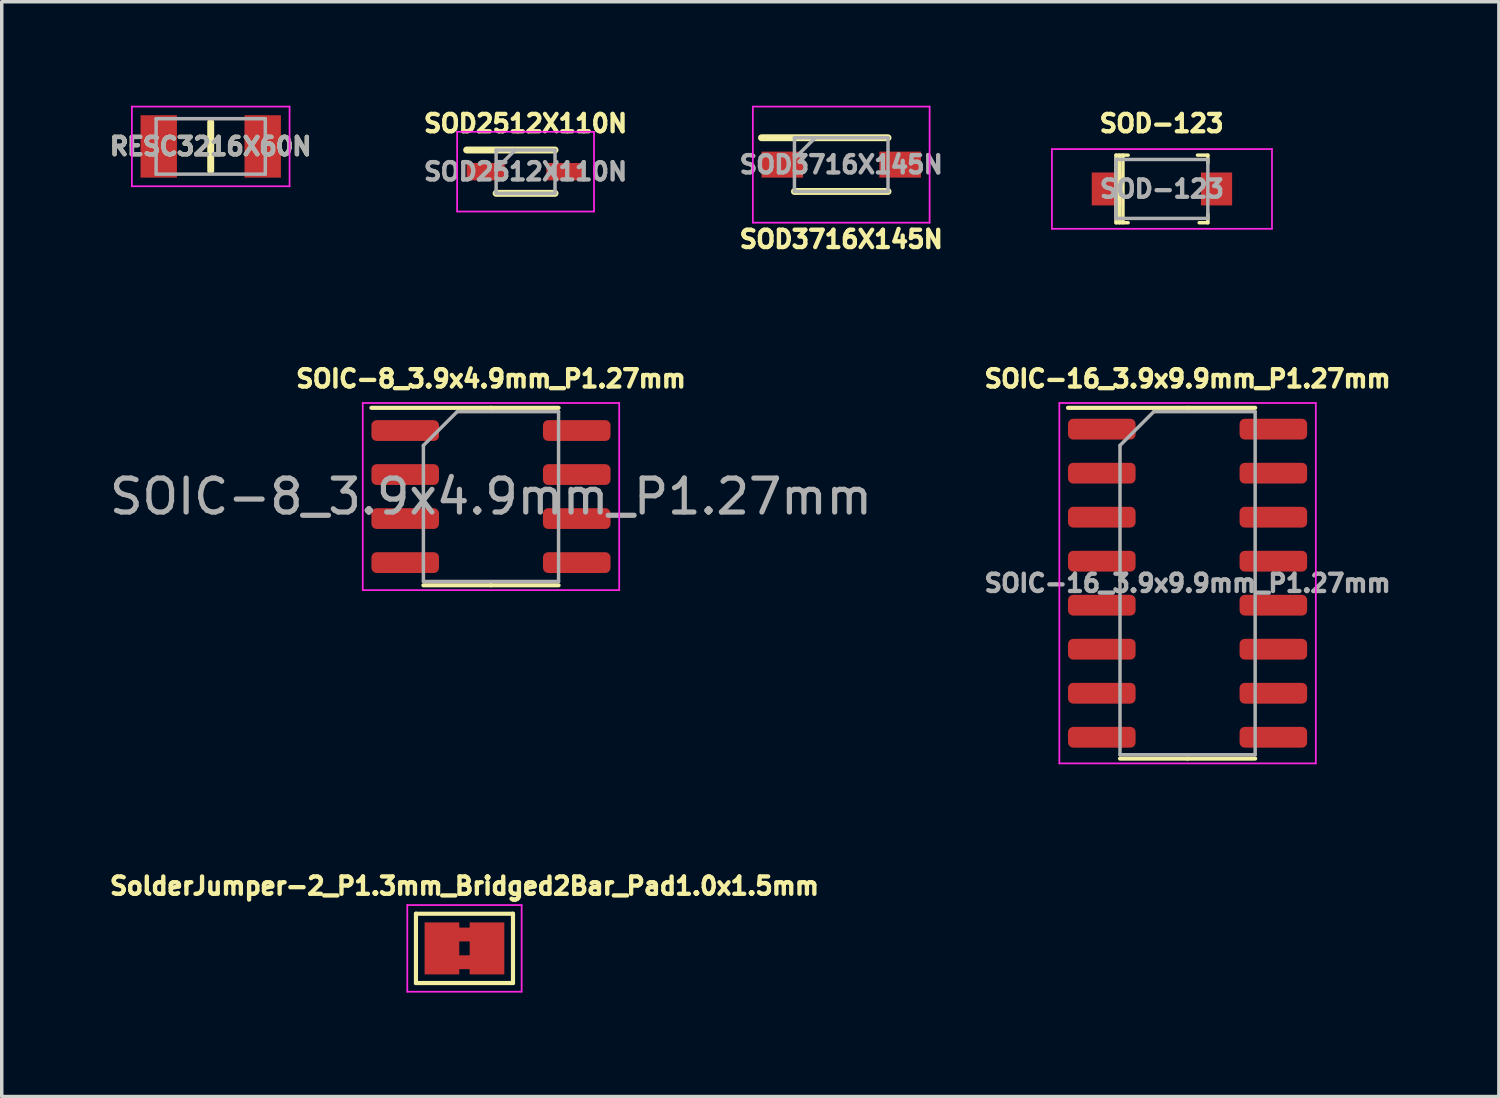
<source format=kicad_pcb>
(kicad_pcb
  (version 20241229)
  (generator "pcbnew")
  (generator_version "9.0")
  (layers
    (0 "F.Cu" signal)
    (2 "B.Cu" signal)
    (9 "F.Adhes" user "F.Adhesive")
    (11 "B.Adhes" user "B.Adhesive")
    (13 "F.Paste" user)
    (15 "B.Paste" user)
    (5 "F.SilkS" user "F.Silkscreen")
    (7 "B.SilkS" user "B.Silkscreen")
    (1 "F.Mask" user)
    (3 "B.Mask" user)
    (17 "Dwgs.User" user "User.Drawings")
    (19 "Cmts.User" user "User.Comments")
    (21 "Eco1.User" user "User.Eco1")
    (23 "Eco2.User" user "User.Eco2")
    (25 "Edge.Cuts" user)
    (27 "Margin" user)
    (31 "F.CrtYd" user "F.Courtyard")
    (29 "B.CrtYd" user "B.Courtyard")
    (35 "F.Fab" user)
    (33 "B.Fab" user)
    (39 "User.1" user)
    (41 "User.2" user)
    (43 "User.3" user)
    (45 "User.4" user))
  (footprint "SOD2512X110N"
    (layer "F.Cu")
    (at 12.115 1.903)
    (property "Reference" "SOD2512X110N" (at 0 -1.391 0) (layer "F.SilkS") (effects (font (size 0.5 0.5) (thickness 0.25))))
    (attr smd)
    (fp_line (start -1.7 -0.625) (end 0.85 -0.625) (stroke (width 0.2) (type solid)) (layer "F.SilkS"))
    (fp_line (start -0.85 0.625) (end 0.85 0.625) (stroke (width 0.2) (type solid)) (layer "F.SilkS"))
    (fp_line (start -1.975 -1.15) (end 1.975 -1.15) (stroke (width 0.05) (type solid)) (layer "F.CrtYd"))
    (fp_line (start -1.975 1.15) (end -1.975 -1.15) (stroke (width 0.05) (type solid)) (layer "F.CrtYd"))
    (fp_line (start 1.975 -1.15) (end 1.975 1.15) (stroke (width 0.05) (type solid)) (layer "F.CrtYd"))
    (fp_line (start 1.975 1.15) (end -1.975 1.15) (stroke (width 0.05) (type solid)) (layer "F.CrtYd"))
    (fp_line (start -0.85 -0.625) (end 0.85 -0.625) (stroke (width 0.1) (type solid)) (layer "F.Fab"))
    (fp_line (start -0.85 -0.075) (end -0.3 -0.625) (stroke (width 0.1) (type solid)) (layer "F.Fab"))
    (fp_line (start -0.85 0.625) (end -0.85 -0.625) (stroke (width 0.1) (type solid)) (layer "F.Fab"))
    (fp_line (start 0.85 -0.625) (end 0.85 0.625) (stroke (width 0.1) (type solid)) (layer "F.Fab"))
    (fp_line (start 0.85 0.625) (end -0.85 0.625) (stroke (width 0.1) (type solid)) (layer "F.Fab"))
    (fp_text user "${REFERENCE}" (at 0 0 0) (layer "F.Fab") (effects (font (size 0.5 0.5) (thickness 0.25))))
    (pad "1" smd rect (at -1.15 0 270) (size 0.5 1.1) (layers "F.Cu" "F.Mask" "F.Paste"))
    (pad "2" smd rect (at 1.15 0 270) (size 0.5 1.1) (layers "F.Cu" "F.Mask" "F.Paste")))
  (footprint "SolderJumper-2_P1.3mm_Bridged2Bar_Pad1.0x1.5mm"
    (layer "F.Cu")
    (at 10.352 24.315)
    (property "Reference" "SolderJumper-2_P1.3mm_Bridged2Bar_Pad1.0x1.5mm" (at 0 -1.8 0) (layer "F.SilkS") (effects (font (size 0.5 0.5) (thickness 0.25))))
    (attr exclude_from_pos_files)
    (fp_poly (pts (xy -0.25 -0.6) (xy 0.25 -0.6) (xy 0.25 -0.2) (xy -0.25 -0.2)) (stroke (width 0) (type solid)) (fill yes) (layer "F.Cu"))
    (fp_poly (pts (xy -0.25 0.2) (xy 0.25 0.2) (xy 0.25 0.6) (xy -0.25 0.6)) (stroke (width 0) (type solid)) (fill yes) (layer "F.Cu"))
    (fp_line (start -1.4 -1) (end 1.4 -1) (stroke (width 0.12) (type solid)) (layer "F.SilkS"))
    (fp_line (start -1.4 1) (end -1.4 -1) (stroke (width 0.12) (type solid)) (layer "F.SilkS"))
    (fp_line (start 1.4 -1) (end 1.4 1) (stroke (width 0.12) (type solid)) (layer "F.SilkS"))
    (fp_line (start 1.4 1) (end -1.4 1) (stroke (width 0.12) (type solid)) (layer "F.SilkS"))
    (fp_line (start -1.65 -1.25) (end -1.65 1.25) (stroke (width 0.05) (type solid)) (layer "F.CrtYd"))
    (fp_line (start -1.65 -1.25) (end 1.65 -1.25) (stroke (width 0.05) (type solid)) (layer "F.CrtYd"))
    (fp_line (start 1.65 1.25) (end -1.65 1.25) (stroke (width 0.05) (type solid)) (layer "F.CrtYd"))
    (fp_line (start 1.65 1.25) (end 1.65 -1.25) (stroke (width 0.05) (type solid)) (layer "F.CrtYd"))
    (pad "1" smd rect (at -0.65 0 180) (size 1 1.5) (layers "F.Cu" "F.Mask"))
    (pad "2" smd rect (at 0.65 0 180) (size 1 1.5) (layers "F.Cu" "F.Mask")))
  (footprint "SOD3716X145N"
    (layer "F.Cu")
    (at 21.223 1.7)
    (property "Reference" "SOD3716X145N" (at 0 2.154 180) (layer "F.SilkS") (effects (font (size 0.5 0.5) (thickness 0.25))))
    (attr smd)
    (fp_line (start -2.3 -0.775) (end 1.35 -0.775) (stroke (width 0.2) (type solid)) (layer "F.SilkS"))
    (fp_line (start -1.35 0.775) (end 1.35 0.775) (stroke (width 0.2) (type solid)) (layer "F.SilkS"))
    (fp_line (start -2.55 -1.675) (end 2.55 -1.675) (stroke (width 0.05) (type solid)) (layer "F.CrtYd"))
    (fp_line (start -2.55 1.675) (end -2.55 -1.675) (stroke (width 0.05) (type solid)) (layer "F.CrtYd"))
    (fp_line (start 2.55 -1.675) (end 2.55 1.675) (stroke (width 0.05) (type solid)) (layer "F.CrtYd"))
    (fp_line (start 2.55 1.675) (end -2.55 1.675) (stroke (width 0.05) (type solid)) (layer "F.CrtYd"))
    (fp_line (start -1.35 -0.775) (end 1.35 -0.775) (stroke (width 0.1) (type solid)) (layer "F.Fab"))
    (fp_line (start -1.35 -0.175) (end -0.75 -0.775) (stroke (width 0.1) (type solid)) (layer "F.Fab"))
    (fp_line (start -1.35 0.775) (end -1.35 -0.775) (stroke (width 0.1) (type solid)) (layer "F.Fab"))
    (fp_line (start 1.35 -0.775) (end 1.35 0.775) (stroke (width 0.1) (type solid)) (layer "F.Fab"))
    (fp_line (start 1.35 0.775) (end -1.35 0.775) (stroke (width 0.1) (type solid)) (layer "F.Fab"))
    (fp_text user "${REFERENCE}" (at 0 0 180) (layer "F.Fab") (effects (font (size 0.5 0.5) (thickness 0.25))))
    (pad "1" smd rect (at -1.7 0 90) (size 0.75 1.2) (layers "F.Cu" "F.Mask" "F.Paste"))
    (pad "2" smd rect (at 1.7 0 90) (size 0.75 1.2) (layers "F.Cu" "F.Mask" "F.Paste")))
  (footprint "SOIC-8_3.9x4.9mm_P1.27mm"
    (layer "F.Cu")
    (at 11.117 11.278)
    (property "Reference" "SOIC-8_3.9x4.9mm_P1.27mm" (at 0 -3.4 180) (layer "F.SilkS") (effects (font (size 0.5 0.5) (thickness 0.25))))
    (attr smd)
    (fp_line (start 0 -2.56) (end -3.45 -2.56) (stroke (width 0.12) (type solid)) (layer "F.SilkS"))
    (fp_line (start 0 -2.56) (end 1.95 -2.56) (stroke (width 0.12) (type solid)) (layer "F.SilkS"))
    (fp_line (start 0 2.56) (end -1.95 2.56) (stroke (width 0.12) (type solid)) (layer "F.SilkS"))
    (fp_line (start 0 2.56) (end 1.95 2.56) (stroke (width 0.12) (type solid)) (layer "F.SilkS"))
    (fp_line (start -3.7 -2.7) (end -3.7 2.7) (stroke (width 0.05) (type solid)) (layer "F.CrtYd"))
    (fp_line (start -3.7 2.7) (end 3.7 2.7) (stroke (width 0.05) (type solid)) (layer "F.CrtYd"))
    (fp_line (start 3.7 -2.7) (end -3.7 -2.7) (stroke (width 0.05) (type solid)) (layer "F.CrtYd"))
    (fp_line (start 3.7 2.7) (end 3.7 -2.7) (stroke (width 0.05) (type solid)) (layer "F.CrtYd"))
    (fp_line (start -1.95 -1.475) (end -0.975 -2.45) (stroke (width 0.1) (type solid)) (layer "F.Fab"))
    (fp_line (start -1.95 2.45) (end -1.95 -1.475) (stroke (width 0.1) (type solid)) (layer "F.Fab"))
    (fp_line (start -0.975 -2.45) (end 1.95 -2.45) (stroke (width 0.1) (type solid)) (layer "F.Fab"))
    (fp_line (start 1.95 -2.45) (end 1.95 2.45) (stroke (width 0.1) (type solid)) (layer "F.Fab"))
    (fp_line (start 1.95 2.45) (end -1.95 2.45) (stroke (width 0.1) (type solid)) (layer "F.Fab"))
    (fp_text user "${REFERENCE}" (at 0 0 180) (layer "F.Fab") (effects (font (size 0.98 0.98) (thickness 0.15))))
    (pad "1" smd roundrect (at -2.475 -1.905) (size 1.95 0.6) (layers "F.Cu" "F.Mask" "F.Paste") (roundrect_rratio 0.25))
    (pad "2" smd roundrect (at -2.475 -0.635) (size 1.95 0.6) (layers "F.Cu" "F.Mask" "F.Paste") (roundrect_rratio 0.25))
    (pad "3" smd roundrect (at -2.475 0.635) (size 1.95 0.6) (layers "F.Cu" "F.Mask" "F.Paste") (roundrect_rratio 0.25))
    (pad "4" smd roundrect (at -2.475 1.905) (size 1.95 0.6) (layers "F.Cu" "F.Mask" "F.Paste") (roundrect_rratio 0.25))
    (pad "5" smd roundrect (at 2.475 1.905) (size 1.95 0.6) (layers "F.Cu" "F.Mask" "F.Paste") (roundrect_rratio 0.25))
    (pad "6" smd roundrect (at 2.475 0.635) (size 1.95 0.6) (layers "F.Cu" "F.Mask" "F.Paste") (roundrect_rratio 0.25))
    (pad "7" smd roundrect (at 2.475 -0.635) (size 1.95 0.6) (layers "F.Cu" "F.Mask" "F.Paste") (roundrect_rratio 0.25))
    (pad "8" smd roundrect (at 2.475 -1.905) (size 1.95 0.6) (layers "F.Cu" "F.Mask" "F.Paste") (roundrect_rratio 0.25)))
  (footprint "SOIC-16_3.9x9.9mm_P1.27mm"
    (layer "F.Cu")
    (at 31.217 13.778)
    (property "Reference" "SOIC-16_3.9x9.9mm_P1.27mm" (at 0 -5.9 0) (layer "F.SilkS") (effects (font (size 0.5 0.5) (thickness 0.25))))
    (attr smd)
    (fp_line (start 0 -5.06) (end -3.45 -5.06) (stroke (width 0.12) (type solid)) (layer "F.SilkS"))
    (fp_line (start 0 -5.06) (end 1.95 -5.06) (stroke (width 0.12) (type solid)) (layer "F.SilkS"))
    (fp_line (start 0 5.06) (end -1.95 5.06) (stroke (width 0.12) (type solid)) (layer "F.SilkS"))
    (fp_line (start 0 5.06) (end 1.95 5.06) (stroke (width 0.12) (type solid)) (layer "F.SilkS"))
    (fp_line (start -3.7 -5.2) (end -3.7 5.2) (stroke (width 0.05) (type solid)) (layer "F.CrtYd"))
    (fp_line (start -3.7 5.2) (end 3.7 5.2) (stroke (width 0.05) (type solid)) (layer "F.CrtYd"))
    (fp_line (start 3.7 -5.2) (end -3.7 -5.2) (stroke (width 0.05) (type solid)) (layer "F.CrtYd"))
    (fp_line (start 3.7 5.2) (end 3.7 -5.2) (stroke (width 0.05) (type solid)) (layer "F.CrtYd"))
    (fp_line (start -1.95 -3.975) (end -0.975 -4.95) (stroke (width 0.1) (type solid)) (layer "F.Fab"))
    (fp_line (start -1.95 4.95) (end -1.95 -3.975) (stroke (width 0.1) (type solid)) (layer "F.Fab"))
    (fp_line (start -0.975 -4.95) (end 1.95 -4.95) (stroke (width 0.1) (type solid)) (layer "F.Fab"))
    (fp_line (start 1.95 -4.95) (end 1.95 4.95) (stroke (width 0.1) (type solid)) (layer "F.Fab"))
    (fp_line (start 1.95 4.95) (end -1.95 4.95) (stroke (width 0.1) (type solid)) (layer "F.Fab"))
    (fp_text user "${REFERENCE}" (at 0 0 0) (layer "F.Fab") (effects (font (size 0.5 0.5) (thickness 0.25))))
    (pad "1" smd roundrect (at -2.475 -4.445 180) (size 1.95 0.6) (layers "F.Cu" "F.Mask" "F.Paste") (roundrect_rratio 0.25))
    (pad "2" smd roundrect (at -2.475 -3.175 180) (size 1.95 0.6) (layers "F.Cu" "F.Mask" "F.Paste") (roundrect_rratio 0.25))
    (pad "3" smd roundrect (at -2.475 -1.905 180) (size 1.95 0.6) (layers "F.Cu" "F.Mask" "F.Paste") (roundrect_rratio 0.25))
    (pad "4" smd roundrect (at -2.475 -0.635 180) (size 1.95 0.6) (layers "F.Cu" "F.Mask" "F.Paste") (roundrect_rratio 0.25))
    (pad "5" smd roundrect (at -2.475 0.635 180) (size 1.95 0.6) (layers "F.Cu" "F.Mask" "F.Paste") (roundrect_rratio 0.25))
    (pad "6" smd roundrect (at -2.475 1.905 180) (size 1.95 0.6) (layers "F.Cu" "F.Mask" "F.Paste") (roundrect_rratio 0.25))
    (pad "7" smd roundrect (at -2.475 3.175 180) (size 1.95 0.6) (layers "F.Cu" "F.Mask" "F.Paste") (roundrect_rratio 0.25))
    (pad "8" smd roundrect (at -2.475 4.445 180) (size 1.95 0.6) (layers "F.Cu" "F.Mask" "F.Paste") (roundrect_rratio 0.25))
    (pad "9" smd roundrect (at 2.475 4.445 180) (size 1.95 0.6) (layers "F.Cu" "F.Mask" "F.Paste") (roundrect_rratio 0.25))
    (pad "10" smd roundrect (at 2.475 3.175 180) (size 1.95 0.6) (layers "F.Cu" "F.Mask" "F.Paste") (roundrect_rratio 0.25))
    (pad "11" smd roundrect (at 2.475 1.905 180) (size 1.95 0.6) (layers "F.Cu" "F.Mask" "F.Paste") (roundrect_rratio 0.25))
    (pad "12" smd roundrect (at 2.475 0.635 180) (size 1.95 0.6) (layers "F.Cu" "F.Mask" "F.Paste") (roundrect_rratio 0.25))
    (pad "13" smd roundrect (at 2.475 -0.635 180) (size 1.95 0.6) (layers "F.Cu" "F.Mask" "F.Paste") (roundrect_rratio 0.25))
    (pad "14" smd roundrect (at 2.475 -1.905 180) (size 1.95 0.6) (layers "F.Cu" "F.Mask" "F.Paste") (roundrect_rratio 0.25))
    (pad "15" smd roundrect (at 2.475 -3.175 180) (size 1.95 0.6) (layers "F.Cu" "F.Mask" "F.Paste") (roundrect_rratio 0.25))
    (pad "16" smd roundrect (at 2.475 -4.445 180) (size 1.95 0.6) (layers "F.Cu" "F.Mask" "F.Paste") (roundrect_rratio 0.25)))
  (footprint "SOD-123"
    (layer "F.Cu")
    (at 30.477 2.402)
    (property "Reference" "SOD-123" (at -0.01 -1.89 0) (layer "F.SilkS") (effects (font (size 0.5 0.5) (thickness 0.25))))
    (attr smd)
    (fp_line (start -1.325 -0.975) (end -1.325 0.975) (stroke (width 0.1) (type solid)) (layer "F.SilkS"))
    (fp_line (start -1.225 -0.975) (end -1.225 0.975) (stroke (width 0.1) (type solid)) (layer "F.SilkS"))
    (fp_line (start -1.125 -0.975) (end -1.125 0.975) (stroke (width 0.1) (type solid)) (layer "F.SilkS"))
    (fp_line (start -0.975 -0.975) (end -1.325 -0.975) (stroke (width 0.1) (type solid)) (layer "F.SilkS"))
    (fp_line (start -0.975 0.975) (end -1.325 0.975) (stroke (width 0.1) (type solid)) (layer "F.SilkS"))
    (fp_line (start 1.025 -0.975) (end 1.325 -0.975) (stroke (width 0.1) (type solid)) (layer "F.SilkS"))
    (fp_line (start 1.325 -0.975) (end 1.325 -0.75) (stroke (width 0.1) (type solid)) (layer "F.SilkS"))
    (fp_line (start 1.325 0.725) (end 1.325 0.975) (stroke (width 0.1) (type solid)) (layer "F.SilkS"))
    (fp_line (start 1.325 0.975) (end 1.075 0.975) (stroke (width 0.1) (type solid)) (layer "F.SilkS"))
    (fp_line (start -3.175 1.15) (end -3.175 -1.15) (stroke (width 0.05) (type solid)) (layer "F.CrtYd"))
    (fp_line (start 3.175 -1.15) (end -3.175 -1.15) (stroke (width 0.05) (type solid)) (layer "F.CrtYd"))
    (fp_line (start 3.175 -1.15) (end 3.175 1.15) (stroke (width 0.05) (type solid)) (layer "F.CrtYd"))
    (fp_line (start 3.175 1.15) (end -3.175 1.15) (stroke (width 0.05) (type solid)) (layer "F.CrtYd"))
    (fp_line (start -1.325 -0.85) (end -1.325 0.85) (stroke (width 0.1) (type solid)) (layer "F.Fab"))
    (fp_line (start -1.325 -0.85) (end 1.325 -0.85) (stroke (width 0.1) (type solid)) (layer "F.Fab"))
    (fp_line (start -1.325 0.85) (end 1.325 0.85) (stroke (width 0.1) (type solid)) (layer "F.Fab"))
    (fp_line (start 1.325 -0.85) (end 1.325 0.85) (stroke (width 0.1) (type solid)) (layer "F.Fab"))
    (fp_text user "${REFERENCE}" (at 0 0 0) (layer "F.Fab") (effects (font (size 0.5 0.5) (thickness 0.25))))
    (pad "A" smd rect (at 1.575 0 180) (size 0.9 0.95) (layers "F.Cu" "F.Mask" "F.Paste"))
    (pad "K" smd rect (at -1.575 0 180) (size 0.9 0.95) (layers "F.Cu" "F.Mask" "F.Paste")))
  (footprint "RESC3216X60N"
    (layer "F.Cu")
    (at 3.03 1.175)
    (property "Reference" "RESC3216X60N" (at 0 0 0) (layer "F.SilkS") (effects (font (size 0.5 0.5) (thickness 0.25))))
    (attr smd)
    (fp_line (start 0 -0.7) (end 0 0.7) (stroke (width 0.2) (type solid)) (layer "F.SilkS"))
    (fp_line (start -2.275 -1.15) (end 2.275 -1.15) (stroke (width 0.05) (type solid)) (layer "F.CrtYd"))
    (fp_line (start -2.275 1.15) (end -2.275 -1.15) (stroke (width 0.05) (type solid)) (layer "F.CrtYd"))
    (fp_line (start 2.275 -1.15) (end 2.275 1.15) (stroke (width 0.05) (type solid)) (layer "F.CrtYd"))
    (fp_line (start 2.275 1.15) (end -2.275 1.15) (stroke (width 0.05) (type solid)) (layer "F.CrtYd"))
    (fp_line (start -1.575 -0.8) (end 1.575 -0.8) (stroke (width 0.1) (type solid)) (layer "F.Fab"))
    (fp_line (start -1.575 0.8) (end -1.575 -0.8) (stroke (width 0.1) (type solid)) (layer "F.Fab"))
    (fp_line (start 1.575 -0.8) (end 1.575 0.8) (stroke (width 0.1) (type solid)) (layer "F.Fab"))
    (fp_line (start 1.575 0.8) (end -1.575 0.8) (stroke (width 0.1) (type solid)) (layer "F.Fab"))
    (fp_text user "${REFERENCE}" (at 0 0 0) (layer "F.Fab") (effects (font (size 0.5 0.5) (thickness 0.25))))
    (pad "1" smd rect (at -1.5 0 180) (size 1.05 1.8) (layers "F.Cu" "F.Mask" "F.Paste"))
    (pad "2" smd rect (at 1.5 0 180) (size 1.05 1.8) (layers "F.Cu" "F.Mask" "F.Paste")))
  (gr_rect
    (start -3 -3)
    (end 40.199 28.59)
    (stroke (width 0.1) (type default))
    (fill no)
    (layer "Edge.Cuts")))
</source>
